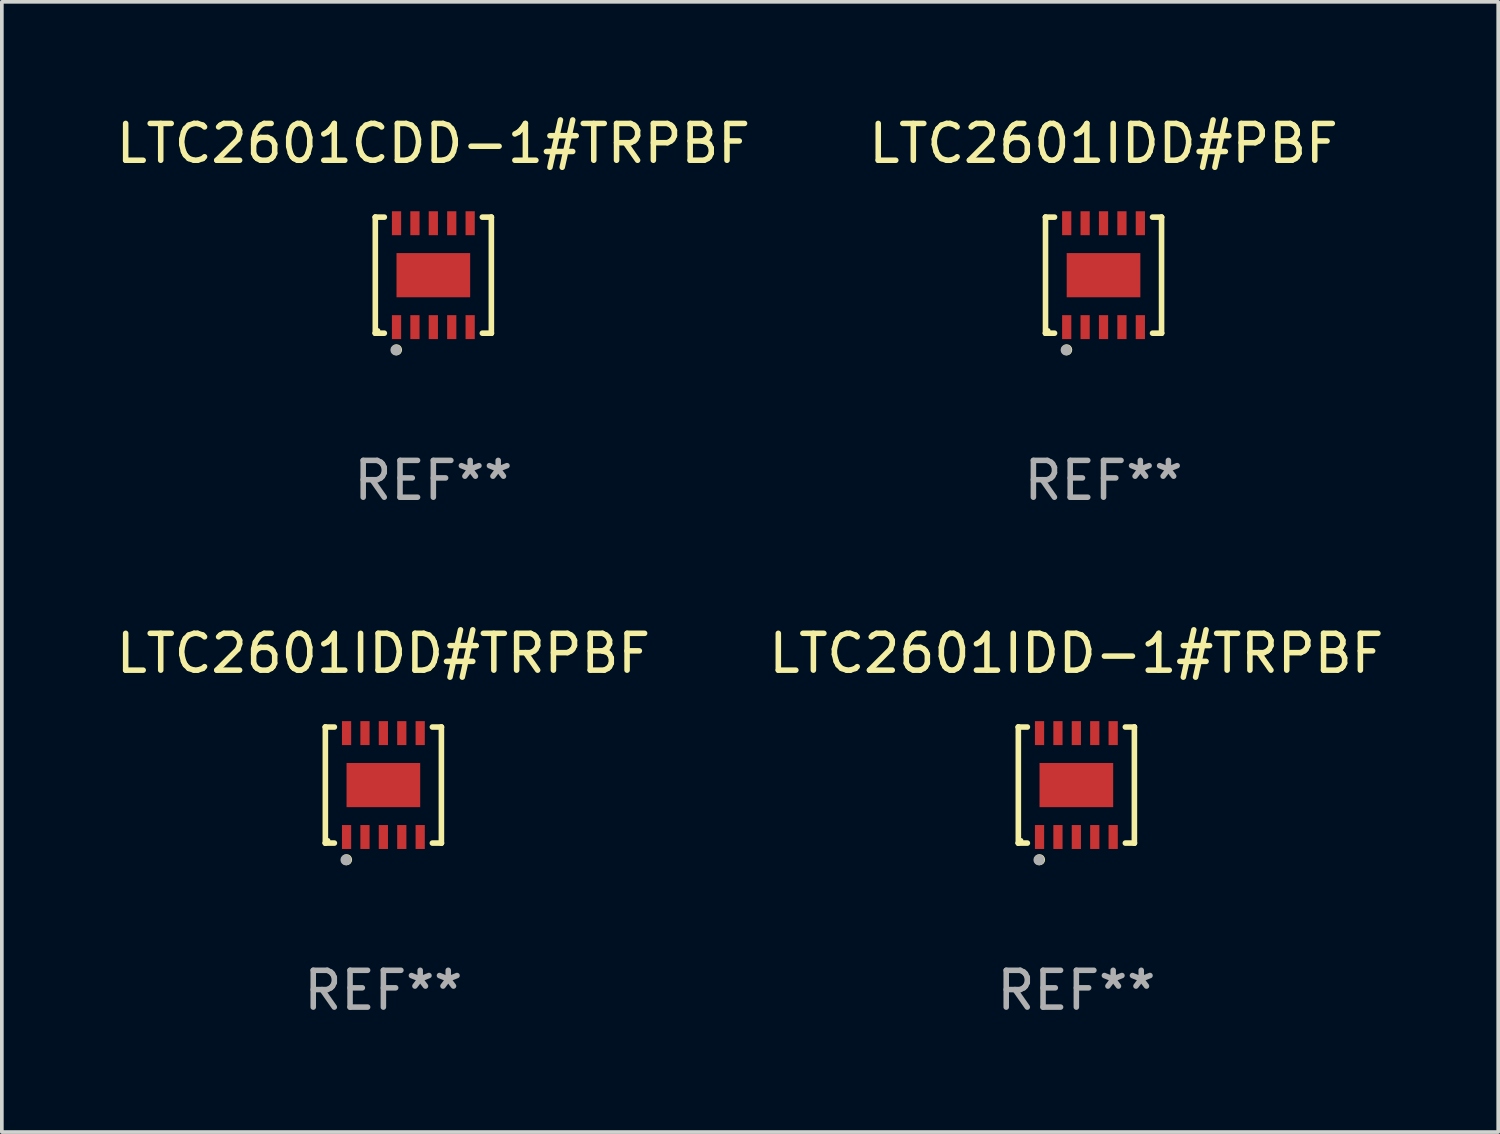
<source format=kicad_pcb>
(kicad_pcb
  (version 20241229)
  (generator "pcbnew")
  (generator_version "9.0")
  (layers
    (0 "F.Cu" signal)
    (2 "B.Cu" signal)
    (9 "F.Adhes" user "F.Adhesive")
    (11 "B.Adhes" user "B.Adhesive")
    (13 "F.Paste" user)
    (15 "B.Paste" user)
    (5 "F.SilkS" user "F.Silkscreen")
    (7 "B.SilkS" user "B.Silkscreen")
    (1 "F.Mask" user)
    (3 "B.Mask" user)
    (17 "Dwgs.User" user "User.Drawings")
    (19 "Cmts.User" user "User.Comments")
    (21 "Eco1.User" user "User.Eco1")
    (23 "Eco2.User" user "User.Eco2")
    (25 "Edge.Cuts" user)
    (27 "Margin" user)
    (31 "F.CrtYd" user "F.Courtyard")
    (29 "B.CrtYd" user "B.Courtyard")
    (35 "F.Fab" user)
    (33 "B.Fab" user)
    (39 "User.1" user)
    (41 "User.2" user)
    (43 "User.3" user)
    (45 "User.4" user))
  (footprint "LTC2601IDD-1#TRPBF"
    (layer "F.Cu")
    (at 26.185 18.273)
    (property "Reference" "LTC2601IDD-1#TRPBF" (at 0 -3.576 0) (layer "F.SilkS") (effects (font (size 1 1) (thickness 0.15))))
    (attr through_hole)
    (fp_line (start -1.576 -1.576) (end -1.576 -1.576) (stroke (width 0.152) (type solid)) (layer "F.SilkS"))
    (fp_line (start -1.576 -1.576) (end -1.331 -1.576) (stroke (width 0.152) (type solid)) (layer "F.SilkS"))
    (fp_line (start -1.576 1.576) (end -1.576 -1.576) (stroke (width 0.152) (type solid)) (layer "F.SilkS"))
    (fp_line (start -1.576 1.576) (end -1.576 1.576) (stroke (width 0.152) (type solid)) (layer "F.SilkS"))
    (fp_line (start -1.331 1.576) (end -1.576 1.576) (stroke (width 0.152) (type solid)) (layer "F.SilkS"))
    (fp_line (start 1.331 1.576) (end 1.576 1.576) (stroke (width 0.152) (type solid)) (layer "F.SilkS"))
    (fp_line (start 1.576 -1.576) (end 1.331 -1.576) (stroke (width 0.152) (type solid)) (layer "F.SilkS"))
    (fp_line (start 1.576 -1.576) (end 1.576 -1.576) (stroke (width 0.152) (type solid)) (layer "F.SilkS"))
    (fp_line (start 1.576 1.576) (end 1.576 -1.576) (stroke (width 0.152) (type solid)) (layer "F.SilkS"))
    (fp_line (start 1.576 1.576) (end 1.576 1.576) (stroke (width 0.152) (type solid)) (layer "F.SilkS"))
    (fp_circle (center -1.5 1.5) (end -1.47 1.5) (stroke (width 0.06) (type solid)) (fill no) (layer "F.SilkS"))
    (fp_circle (center -1 2.028) (end -0.925 2.028) (stroke (width 0.15) (type solid)) (fill no) (layer "F.SilkS"))
    (fp_circle (center -1.016 2.032) (end -0.941 2.032) (stroke (width 0.15) (type solid)) (fill no) (layer "F.Fab"))
    (fp_text user "REF**" (at 0 5.576 0) (layer "F.Fab") (effects (font (size 1 1) (thickness 0.15))))
    (pad "1" smd rect (at -1 1.411) (size 0.25 0.65) (layers "F.Cu" "F.Mask" "F.Paste"))
    (pad "2" smd rect (at -0.5 1.411) (size 0.25 0.65) (layers "F.Cu" "F.Mask" "F.Paste"))
    (pad "3" smd rect (at 0 1.411) (size 0.25 0.65) (layers "F.Cu" "F.Mask" "F.Paste"))
    (pad "4" smd rect (at 0.5 1.411) (size 0.25 0.65) (layers "F.Cu" "F.Mask" "F.Paste"))
    (pad "5" smd rect (at 1 1.411) (size 0.25 0.65) (layers "F.Cu" "F.Mask" "F.Paste"))
    (pad "6" smd rect (at 1 -1.411) (size 0.25 0.65) (layers "F.Cu" "F.Mask" "F.Paste"))
    (pad "7" smd rect (at 0.5 -1.411) (size 0.25 0.65) (layers "F.Cu" "F.Mask" "F.Paste"))
    (pad "8" smd rect (at 0 -1.411) (size 0.25 0.65) (layers "F.Cu" "F.Mask" "F.Paste"))
    (pad "9" smd rect (at -0.5 -1.411) (size 0.25 0.65) (layers "F.Cu" "F.Mask" "F.Paste"))
    (pad "10" smd rect (at -1 -1.411) (size 0.25 0.65) (layers "F.Cu" "F.Mask" "F.Paste"))
    (pad "11" smd rect (at 0 0) (size 2 1.2) (layers "F.Cu" "F.Mask" "F.Paste")))
  (footprint "LTC2601IDD#TRPBF"
    (layer "F.Cu")
    (at 7.363 18.273)
    (property "Reference" "LTC2601IDD#TRPBF" (at 0 -3.576 0) (layer "F.SilkS") (effects (font (size 1 1) (thickness 0.15))))
    (attr through_hole)
    (fp_line (start -1.576 -1.576) (end -1.576 -1.576) (stroke (width 0.152) (type solid)) (layer "F.SilkS"))
    (fp_line (start -1.576 -1.576) (end -1.331 -1.576) (stroke (width 0.152) (type solid)) (layer "F.SilkS"))
    (fp_line (start -1.576 1.576) (end -1.576 -1.576) (stroke (width 0.152) (type solid)) (layer "F.SilkS"))
    (fp_line (start -1.576 1.576) (end -1.576 1.576) (stroke (width 0.152) (type solid)) (layer "F.SilkS"))
    (fp_line (start -1.331 1.576) (end -1.576 1.576) (stroke (width 0.152) (type solid)) (layer "F.SilkS"))
    (fp_line (start 1.331 1.576) (end 1.576 1.576) (stroke (width 0.152) (type solid)) (layer "F.SilkS"))
    (fp_line (start 1.576 -1.576) (end 1.331 -1.576) (stroke (width 0.152) (type solid)) (layer "F.SilkS"))
    (fp_line (start 1.576 -1.576) (end 1.576 -1.576) (stroke (width 0.152) (type solid)) (layer "F.SilkS"))
    (fp_line (start 1.576 1.576) (end 1.576 -1.576) (stroke (width 0.152) (type solid)) (layer "F.SilkS"))
    (fp_line (start 1.576 1.576) (end 1.576 1.576) (stroke (width 0.152) (type solid)) (layer "F.SilkS"))
    (fp_circle (center -1.5 1.5) (end -1.47 1.5) (stroke (width 0.06) (type solid)) (fill no) (layer "F.SilkS"))
    (fp_circle (center -1 2.028) (end -0.925 2.028) (stroke (width 0.15) (type solid)) (fill no) (layer "F.SilkS"))
    (fp_circle (center -1.016 2.032) (end -0.941 2.032) (stroke (width 0.15) (type solid)) (fill no) (layer "F.Fab"))
    (fp_text user "REF**" (at 0 5.576 0) (layer "F.Fab") (effects (font (size 1 1) (thickness 0.15))))
    (pad "1" smd rect (at -1 1.411) (size 0.25 0.65) (layers "F.Cu" "F.Mask" "F.Paste"))
    (pad "2" smd rect (at -0.5 1.411) (size 0.25 0.65) (layers "F.Cu" "F.Mask" "F.Paste"))
    (pad "3" smd rect (at 0 1.411) (size 0.25 0.65) (layers "F.Cu" "F.Mask" "F.Paste"))
    (pad "4" smd rect (at 0.5 1.411) (size 0.25 0.65) (layers "F.Cu" "F.Mask" "F.Paste"))
    (pad "5" smd rect (at 1 1.411) (size 0.25 0.65) (layers "F.Cu" "F.Mask" "F.Paste"))
    (pad "6" smd rect (at 1 -1.411) (size 0.25 0.65) (layers "F.Cu" "F.Mask" "F.Paste"))
    (pad "7" smd rect (at 0.5 -1.411) (size 0.25 0.65) (layers "F.Cu" "F.Mask" "F.Paste"))
    (pad "8" smd rect (at 0 -1.411) (size 0.25 0.65) (layers "F.Cu" "F.Mask" "F.Paste"))
    (pad "9" smd rect (at -0.5 -1.411) (size 0.25 0.65) (layers "F.Cu" "F.Mask" "F.Paste"))
    (pad "10" smd rect (at -1 -1.411) (size 0.25 0.65) (layers "F.Cu" "F.Mask" "F.Paste"))
    (pad "11" smd rect (at 0 0) (size 2 1.2) (layers "F.Cu" "F.Mask" "F.Paste")))
  (footprint "LTC2601CDD-1#TRPBF"
    (layer "F.Cu")
    (at 8.72 4.424)
    (property "Reference" "LTC2601CDD-1#TRPBF" (at 0 -3.576 0) (layer "F.SilkS") (effects (font (size 1 1) (thickness 0.15))))
    (attr through_hole)
    (fp_line (start -1.576 -1.576) (end -1.576 -1.576) (stroke (width 0.152) (type solid)) (layer "F.SilkS"))
    (fp_line (start -1.576 -1.576) (end -1.331 -1.576) (stroke (width 0.152) (type solid)) (layer "F.SilkS"))
    (fp_line (start -1.576 1.576) (end -1.576 -1.576) (stroke (width 0.152) (type solid)) (layer "F.SilkS"))
    (fp_line (start -1.576 1.576) (end -1.576 1.576) (stroke (width 0.152) (type solid)) (layer "F.SilkS"))
    (fp_line (start -1.331 1.576) (end -1.576 1.576) (stroke (width 0.152) (type solid)) (layer "F.SilkS"))
    (fp_line (start 1.331 1.576) (end 1.576 1.576) (stroke (width 0.152) (type solid)) (layer "F.SilkS"))
    (fp_line (start 1.576 -1.576) (end 1.331 -1.576) (stroke (width 0.152) (type solid)) (layer "F.SilkS"))
    (fp_line (start 1.576 -1.576) (end 1.576 -1.576) (stroke (width 0.152) (type solid)) (layer "F.SilkS"))
    (fp_line (start 1.576 1.576) (end 1.576 -1.576) (stroke (width 0.152) (type solid)) (layer "F.SilkS"))
    (fp_line (start 1.576 1.576) (end 1.576 1.576) (stroke (width 0.152) (type solid)) (layer "F.SilkS"))
    (fp_circle (center -1.5 1.5) (end -1.47 1.5) (stroke (width 0.06) (type solid)) (fill no) (layer "F.SilkS"))
    (fp_circle (center -1 2.028) (end -0.925 2.028) (stroke (width 0.15) (type solid)) (fill no) (layer "F.SilkS"))
    (fp_circle (center -1.016 2.032) (end -0.941 2.032) (stroke (width 0.15) (type solid)) (fill no) (layer "F.Fab"))
    (fp_text user "REF**" (at 0 5.576 0) (layer "F.Fab") (effects (font (size 1 1) (thickness 0.15))))
    (pad "1" smd rect (at -1 1.411) (size 0.25 0.65) (layers "F.Cu" "F.Mask" "F.Paste"))
    (pad "2" smd rect (at -0.5 1.411) (size 0.25 0.65) (layers "F.Cu" "F.Mask" "F.Paste"))
    (pad "3" smd rect (at 0 1.411) (size 0.25 0.65) (layers "F.Cu" "F.Mask" "F.Paste"))
    (pad "4" smd rect (at 0.5 1.411) (size 0.25 0.65) (layers "F.Cu" "F.Mask" "F.Paste"))
    (pad "5" smd rect (at 1 1.411) (size 0.25 0.65) (layers "F.Cu" "F.Mask" "F.Paste"))
    (pad "6" smd rect (at 1 -1.411) (size 0.25 0.65) (layers "F.Cu" "F.Mask" "F.Paste"))
    (pad "7" smd rect (at 0.5 -1.411) (size 0.25 0.65) (layers "F.Cu" "F.Mask" "F.Paste"))
    (pad "8" smd rect (at 0 -1.411) (size 0.25 0.65) (layers "F.Cu" "F.Mask" "F.Paste"))
    (pad "9" smd rect (at -0.5 -1.411) (size 0.25 0.65) (layers "F.Cu" "F.Mask" "F.Paste"))
    (pad "10" smd rect (at -1 -1.411) (size 0.25 0.65) (layers "F.Cu" "F.Mask" "F.Paste"))
    (pad "11" smd rect (at 0 0) (size 2 1.2) (layers "F.Cu" "F.Mask" "F.Paste")))
  (footprint "LTC2601IDD#PBF"
    (layer "F.Cu")
    (at 26.923 4.424)
    (property "Reference" "LTC2601IDD#PBF" (at 0 -3.576 0) (layer "F.SilkS") (effects (font (size 1 1) (thickness 0.15))))
    (attr through_hole)
    (fp_line (start -1.576 -1.576) (end -1.576 -1.576) (stroke (width 0.152) (type solid)) (layer "F.SilkS"))
    (fp_line (start -1.576 -1.576) (end -1.331 -1.576) (stroke (width 0.152) (type solid)) (layer "F.SilkS"))
    (fp_line (start -1.576 1.576) (end -1.576 -1.576) (stroke (width 0.152) (type solid)) (layer "F.SilkS"))
    (fp_line (start -1.576 1.576) (end -1.576 1.576) (stroke (width 0.152) (type solid)) (layer "F.SilkS"))
    (fp_line (start -1.331 1.576) (end -1.576 1.576) (stroke (width 0.152) (type solid)) (layer "F.SilkS"))
    (fp_line (start 1.331 1.576) (end 1.576 1.576) (stroke (width 0.152) (type solid)) (layer "F.SilkS"))
    (fp_line (start 1.576 -1.576) (end 1.331 -1.576) (stroke (width 0.152) (type solid)) (layer "F.SilkS"))
    (fp_line (start 1.576 -1.576) (end 1.576 -1.576) (stroke (width 0.152) (type solid)) (layer "F.SilkS"))
    (fp_line (start 1.576 1.576) (end 1.576 -1.576) (stroke (width 0.152) (type solid)) (layer "F.SilkS"))
    (fp_line (start 1.576 1.576) (end 1.576 1.576) (stroke (width 0.152) (type solid)) (layer "F.SilkS"))
    (fp_circle (center -1.5 1.5) (end -1.47 1.5) (stroke (width 0.06) (type solid)) (fill no) (layer "F.SilkS"))
    (fp_circle (center -1 2.028) (end -0.925 2.028) (stroke (width 0.15) (type solid)) (fill no) (layer "F.SilkS"))
    (fp_circle (center -1.016 2.032) (end -0.941 2.032) (stroke (width 0.15) (type solid)) (fill no) (layer "F.Fab"))
    (fp_text user "REF**" (at 0 5.576 0) (layer "F.Fab") (effects (font (size 1 1) (thickness 0.15))))
    (pad "1" smd rect (at -1 1.411) (size 0.25 0.65) (layers "F.Cu" "F.Mask" "F.Paste"))
    (pad "2" smd rect (at -0.5 1.411) (size 0.25 0.65) (layers "F.Cu" "F.Mask" "F.Paste"))
    (pad "3" smd rect (at 0 1.411) (size 0.25 0.65) (layers "F.Cu" "F.Mask" "F.Paste"))
    (pad "4" smd rect (at 0.5 1.411) (size 0.25 0.65) (layers "F.Cu" "F.Mask" "F.Paste"))
    (pad "5" smd rect (at 1 1.411) (size 0.25 0.65) (layers "F.Cu" "F.Mask" "F.Paste"))
    (pad "6" smd rect (at 1 -1.411) (size 0.25 0.65) (layers "F.Cu" "F.Mask" "F.Paste"))
    (pad "7" smd rect (at 0.5 -1.411) (size 0.25 0.65) (layers "F.Cu" "F.Mask" "F.Paste"))
    (pad "8" smd rect (at 0 -1.411) (size 0.25 0.65) (layers "F.Cu" "F.Mask" "F.Paste"))
    (pad "9" smd rect (at -0.5 -1.411) (size 0.25 0.65) (layers "F.Cu" "F.Mask" "F.Paste"))
    (pad "10" smd rect (at -1 -1.411) (size 0.25 0.65) (layers "F.Cu" "F.Mask" "F.Paste"))
    (pad "11" smd rect (at 0 0) (size 2 1.2) (layers "F.Cu" "F.Mask" "F.Paste")))
  (gr_rect
    (start -3 -3)
    (end 37.643 27.698)
    (stroke (width 0.1) (type default))
    (fill no)
    (layer "Edge.Cuts")))
</source>
